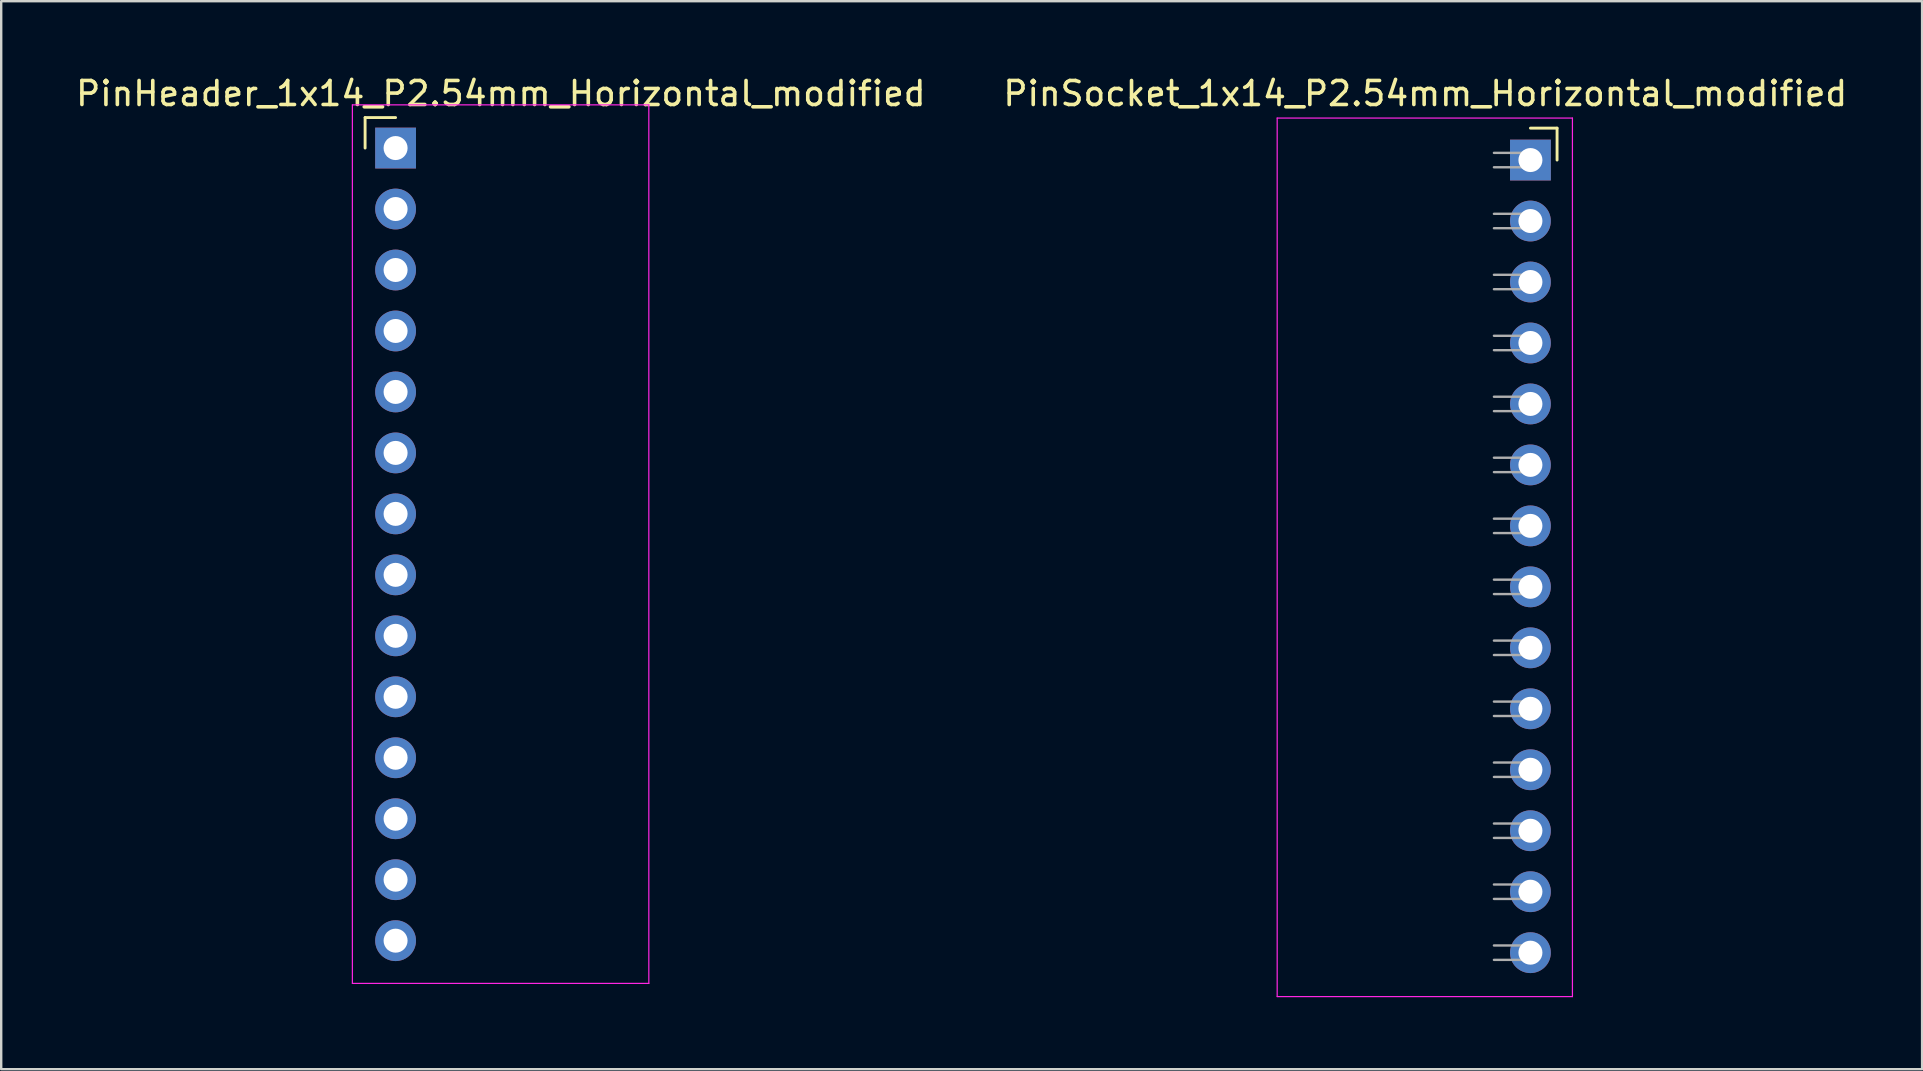
<source format=kicad_pcb>
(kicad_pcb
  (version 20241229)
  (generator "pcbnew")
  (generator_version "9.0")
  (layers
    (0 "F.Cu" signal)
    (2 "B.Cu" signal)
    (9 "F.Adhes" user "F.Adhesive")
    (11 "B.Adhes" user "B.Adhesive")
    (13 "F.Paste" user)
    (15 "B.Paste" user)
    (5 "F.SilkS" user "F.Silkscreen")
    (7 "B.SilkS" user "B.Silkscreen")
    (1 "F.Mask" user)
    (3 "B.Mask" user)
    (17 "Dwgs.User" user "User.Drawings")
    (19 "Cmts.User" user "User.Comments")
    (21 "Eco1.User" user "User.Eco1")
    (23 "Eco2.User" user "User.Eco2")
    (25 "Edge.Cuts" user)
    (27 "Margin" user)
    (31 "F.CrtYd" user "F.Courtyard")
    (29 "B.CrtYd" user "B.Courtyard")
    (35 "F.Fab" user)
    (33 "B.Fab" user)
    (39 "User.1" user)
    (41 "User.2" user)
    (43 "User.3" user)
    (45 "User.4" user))
  (footprint "PinHeader_1x14_P2.54mm_Horizontal_modified"
    (layer "F.Cu")
    (at 13.43 3.118)
    (property "Reference" "PinHeader_1x14_P2.54mm_Horizontal_modified" (at 4.385 -2.27 0) (layer "F.SilkS") (effects (font (size 1 1) (thickness 0.15))))
    (attr through_hole)
    (fp_line (start -1.27 -1.27) (end 0 -1.27) (stroke (width 0.12) (type solid)) (layer "F.SilkS"))
    (fp_line (start -1.27 0) (end -1.27 -1.27) (stroke (width 0.12) (type solid)) (layer "F.SilkS"))
    (fp_line (start -1.8 -1.8) (end -1.8 34.8) (stroke (width 0.05) (type solid)) (layer "F.CrtYd"))
    (fp_line (start -1.8 34.8) (end 10.55 34.8) (stroke (width 0.05) (type solid)) (layer "F.CrtYd"))
    (fp_line (start 10.55 -1.8) (end -1.8 -1.8) (stroke (width 0.05) (type solid)) (layer "F.CrtYd"))
    (fp_line (start 10.55 34.8) (end 10.55 -1.8) (stroke (width 0.05) (type solid)) (layer "F.CrtYd"))
    (fp_line (start -0.32 -0.32) (end -0.32 0.32) (stroke (width 0.1) (type solid)) (layer "F.Fab"))
    (fp_line (start -0.32 2.22) (end -0.32 2.86) (stroke (width 0.1) (type solid)) (layer "F.Fab"))
    (fp_line (start -0.32 4.76) (end -0.32 5.4) (stroke (width 0.1) (type solid)) (layer "F.Fab"))
    (fp_line (start -0.32 7.3) (end -0.32 7.94) (stroke (width 0.1) (type solid)) (layer "F.Fab"))
    (fp_line (start -0.32 9.84) (end -0.32 10.48) (stroke (width 0.1) (type solid)) (layer "F.Fab"))
    (fp_line (start -0.32 12.38) (end -0.32 13.02) (stroke (width 0.1) (type solid)) (layer "F.Fab"))
    (fp_line (start -0.32 14.92) (end -0.32 15.56) (stroke (width 0.1) (type solid)) (layer "F.Fab"))
    (fp_line (start -0.32 17.46) (end -0.32 18.1) (stroke (width 0.1) (type solid)) (layer "F.Fab"))
    (fp_line (start -0.32 20) (end -0.32 20.64) (stroke (width 0.1) (type solid)) (layer "F.Fab"))
    (fp_line (start -0.32 22.54) (end -0.32 23.18) (stroke (width 0.1) (type solid)) (layer "F.Fab"))
    (fp_line (start -0.32 25.08) (end -0.32 25.72) (stroke (width 0.1) (type solid)) (layer "F.Fab"))
    (fp_line (start -0.32 27.62) (end -0.32 28.26) (stroke (width 0.1) (type solid)) (layer "F.Fab"))
    (fp_line (start -0.32 30.16) (end -0.32 30.8) (stroke (width 0.1) (type solid)) (layer "F.Fab"))
    (fp_line (start -0.32 32.7) (end -0.32 33.34) (stroke (width 0.1) (type solid)) (layer "F.Fab"))
    (pad "1" thru_hole rect (at 0 0) (size 1.7 1.7) (drill 1) (layers "*.Cu" "*.Mask"))
    (pad "2" thru_hole oval (at 0 2.54) (size 1.7 1.7) (drill 1) (layers "*.Cu" "*.Mask"))
    (pad "3" thru_hole oval (at 0 5.08) (size 1.7 1.7) (drill 1) (layers "*.Cu" "*.Mask"))
    (pad "4" thru_hole oval (at 0 7.62) (size 1.7 1.7) (drill 1) (layers "*.Cu" "*.Mask"))
    (pad "5" thru_hole oval (at 0 10.16) (size 1.7 1.7) (drill 1) (layers "*.Cu" "*.Mask"))
    (pad "6" thru_hole oval (at 0 12.7) (size 1.7 1.7) (drill 1) (layers "*.Cu" "*.Mask"))
    (pad "7" thru_hole oval (at 0 15.24) (size 1.7 1.7) (drill 1) (layers "*.Cu" "*.Mask"))
    (pad "8" thru_hole oval (at 0 17.78) (size 1.7 1.7) (drill 1) (layers "*.Cu" "*.Mask"))
    (pad "9" thru_hole oval (at 0 20.32) (size 1.7 1.7) (drill 1) (layers "*.Cu" "*.Mask"))
    (pad "10" thru_hole oval (at 0 22.86) (size 1.7 1.7) (drill 1) (layers "*.Cu" "*.Mask"))
    (pad "11" thru_hole oval (at 0 25.4) (size 1.7 1.7) (drill 1) (layers "*.Cu" "*.Mask"))
    (pad "12" thru_hole oval (at 0 27.94) (size 1.7 1.7) (drill 1) (layers "*.Cu" "*.Mask"))
    (pad "13" thru_hole oval (at 0 30.48) (size 1.7 1.7) (drill 1) (layers "*.Cu" "*.Mask"))
    (pad "14" thru_hole oval (at 0 33.02) (size 1.7 1.7) (drill 1) (layers "*.Cu" "*.Mask")))
  (footprint "PinSocket_1x14_P2.54mm_Horizontal_modified"
    (layer "F.Cu")
    (at 60.707 3.618)
    (property "Reference" "PinSocket_1x14_P2.54mm_Horizontal_modified" (at -4.38 -2.77 0) (layer "F.SilkS") (effects (font (size 1 1) (thickness 0.15))))
    (attr through_hole)
    (fp_line (start 0 -1.33) (end 1.11 -1.33) (stroke (width 0.12) (type solid)) (layer "F.SilkS"))
    (fp_line (start 1.11 -1.33) (end 1.11 0) (stroke (width 0.12) (type solid)) (layer "F.SilkS"))
    (fp_line (start -10.55 -1.75) (end -10.55 34.85) (stroke (width 0.05) (type solid)) (layer "F.CrtYd"))
    (fp_line (start -10.55 34.85) (end 1.75 34.85) (stroke (width 0.05) (type solid)) (layer "F.CrtYd"))
    (fp_line (start 1.75 -1.75) (end -10.55 -1.75) (stroke (width 0.05) (type solid)) (layer "F.CrtYd"))
    (fp_line (start 1.75 34.85) (end 1.75 -1.75) (stroke (width 0.05) (type solid)) (layer "F.CrtYd"))
    (fp_line (start -1.52 0.3) (end 0 0.3) (stroke (width 0.1) (type solid)) (layer "F.Fab"))
    (fp_line (start -1.52 2.84) (end 0 2.84) (stroke (width 0.1) (type solid)) (layer "F.Fab"))
    (fp_line (start -1.52 5.38) (end 0 5.38) (stroke (width 0.1) (type solid)) (layer "F.Fab"))
    (fp_line (start -1.52 7.92) (end 0 7.92) (stroke (width 0.1) (type solid)) (layer "F.Fab"))
    (fp_line (start -1.52 10.46) (end 0 10.46) (stroke (width 0.1) (type solid)) (layer "F.Fab"))
    (fp_line (start -1.52 13) (end 0 13) (stroke (width 0.1) (type solid)) (layer "F.Fab"))
    (fp_line (start -1.52 15.54) (end 0 15.54) (stroke (width 0.1) (type solid)) (layer "F.Fab"))
    (fp_line (start -1.52 18.08) (end 0 18.08) (stroke (width 0.1) (type solid)) (layer "F.Fab"))
    (fp_line (start -1.52 20.62) (end 0 20.62) (stroke (width 0.1) (type solid)) (layer "F.Fab"))
    (fp_line (start -1.52 23.16) (end 0 23.16) (stroke (width 0.1) (type solid)) (layer "F.Fab"))
    (fp_line (start -1.52 25.7) (end 0 25.7) (stroke (width 0.1) (type solid)) (layer "F.Fab"))
    (fp_line (start -1.52 28.24) (end 0 28.24) (stroke (width 0.1) (type solid)) (layer "F.Fab"))
    (fp_line (start -1.52 30.78) (end 0 30.78) (stroke (width 0.1) (type solid)) (layer "F.Fab"))
    (fp_line (start -1.52 33.32) (end 0 33.32) (stroke (width 0.1) (type solid)) (layer "F.Fab"))
    (fp_line (start 0 -0.3) (end -1.52 -0.3) (stroke (width 0.1) (type solid)) (layer "F.Fab"))
    (fp_line (start 0 0.3) (end 0 -0.3) (stroke (width 0.1) (type solid)) (layer "F.Fab"))
    (fp_line (start 0 2.24) (end -1.52 2.24) (stroke (width 0.1) (type solid)) (layer "F.Fab"))
    (fp_line (start 0 2.84) (end 0 2.24) (stroke (width 0.1) (type solid)) (layer "F.Fab"))
    (fp_line (start 0 4.78) (end -1.52 4.78) (stroke (width 0.1) (type solid)) (layer "F.Fab"))
    (fp_line (start 0 5.38) (end 0 4.78) (stroke (width 0.1) (type solid)) (layer "F.Fab"))
    (fp_line (start 0 7.32) (end -1.52 7.32) (stroke (width 0.1) (type solid)) (layer "F.Fab"))
    (fp_line (start 0 7.92) (end 0 7.32) (stroke (width 0.1) (type solid)) (layer "F.Fab"))
    (fp_line (start 0 9.86) (end -1.52 9.86) (stroke (width 0.1) (type solid)) (layer "F.Fab"))
    (fp_line (start 0 10.46) (end 0 9.86) (stroke (width 0.1) (type solid)) (layer "F.Fab"))
    (fp_line (start 0 12.4) (end -1.52 12.4) (stroke (width 0.1) (type solid)) (layer "F.Fab"))
    (fp_line (start 0 13) (end 0 12.4) (stroke (width 0.1) (type solid)) (layer "F.Fab"))
    (fp_line (start 0 14.94) (end -1.52 14.94) (stroke (width 0.1) (type solid)) (layer "F.Fab"))
    (fp_line (start 0 15.54) (end 0 14.94) (stroke (width 0.1) (type solid)) (layer "F.Fab"))
    (fp_line (start 0 17.48) (end -1.52 17.48) (stroke (width 0.1) (type solid)) (layer "F.Fab"))
    (fp_line (start 0 18.08) (end 0 17.48) (stroke (width 0.1) (type solid)) (layer "F.Fab"))
    (fp_line (start 0 20.02) (end -1.52 20.02) (stroke (width 0.1) (type solid)) (layer "F.Fab"))
    (fp_line (start 0 20.62) (end 0 20.02) (stroke (width 0.1) (type solid)) (layer "F.Fab"))
    (fp_line (start 0 22.56) (end -1.52 22.56) (stroke (width 0.1) (type solid)) (layer "F.Fab"))
    (fp_line (start 0 23.16) (end 0 22.56) (stroke (width 0.1) (type solid)) (layer "F.Fab"))
    (fp_line (start 0 25.1) (end -1.52 25.1) (stroke (width 0.1) (type solid)) (layer "F.Fab"))
    (fp_line (start 0 25.7) (end 0 25.1) (stroke (width 0.1) (type solid)) (layer "F.Fab"))
    (fp_line (start 0 27.64) (end -1.52 27.64) (stroke (width 0.1) (type solid)) (layer "F.Fab"))
    (fp_line (start 0 28.24) (end 0 27.64) (stroke (width 0.1) (type solid)) (layer "F.Fab"))
    (fp_line (start 0 30.18) (end -1.52 30.18) (stroke (width 0.1) (type solid)) (layer "F.Fab"))
    (fp_line (start 0 30.78) (end 0 30.18) (stroke (width 0.1) (type solid)) (layer "F.Fab"))
    (fp_line (start 0 32.72) (end -1.52 32.72) (stroke (width 0.1) (type solid)) (layer "F.Fab"))
    (fp_line (start 0 33.32) (end 0 32.72) (stroke (width 0.1) (type solid)) (layer "F.Fab"))
    (pad "1" thru_hole rect (at 0 0) (size 1.7 1.7) (drill 1) (layers "*.Cu" "*.Mask"))
    (pad "2" thru_hole oval (at 0 2.54) (size 1.7 1.7) (drill 1) (layers "*.Cu" "*.Mask"))
    (pad "3" thru_hole oval (at 0 5.08) (size 1.7 1.7) (drill 1) (layers "*.Cu" "*.Mask"))
    (pad "4" thru_hole oval (at 0 7.62) (size 1.7 1.7) (drill 1) (layers "*.Cu" "*.Mask"))
    (pad "5" thru_hole oval (at 0 10.16) (size 1.7 1.7) (drill 1) (layers "*.Cu" "*.Mask"))
    (pad "6" thru_hole oval (at 0 12.7) (size 1.7 1.7) (drill 1) (layers "*.Cu" "*.Mask"))
    (pad "7" thru_hole oval (at 0 15.24) (size 1.7 1.7) (drill 1) (layers "*.Cu" "*.Mask"))
    (pad "8" thru_hole oval (at 0 17.78) (size 1.7 1.7) (drill 1) (layers "*.Cu" "*.Mask"))
    (pad "9" thru_hole oval (at 0 20.32) (size 1.7 1.7) (drill 1) (layers "*.Cu" "*.Mask"))
    (pad "10" thru_hole oval (at 0 22.86) (size 1.7 1.7) (drill 1) (layers "*.Cu" "*.Mask"))
    (pad "11" thru_hole oval (at 0 25.4) (size 1.7 1.7) (drill 1) (layers "*.Cu" "*.Mask"))
    (pad "12" thru_hole oval (at 0 27.94) (size 1.7 1.7) (drill 1) (layers "*.Cu" "*.Mask"))
    (pad "13" thru_hole oval (at 0 30.48) (size 1.7 1.7) (drill 1) (layers "*.Cu" "*.Mask"))
    (pad "14" thru_hole oval (at 0 33.02) (size 1.7 1.7) (drill 1) (layers "*.Cu" "*.Mask")))
  (gr_rect
    (start -3 -3)
    (end 77.024 41.493)
    (stroke (width 0.1) (type default))
    (fill no)
    (layer "Edge.Cuts")))
</source>
